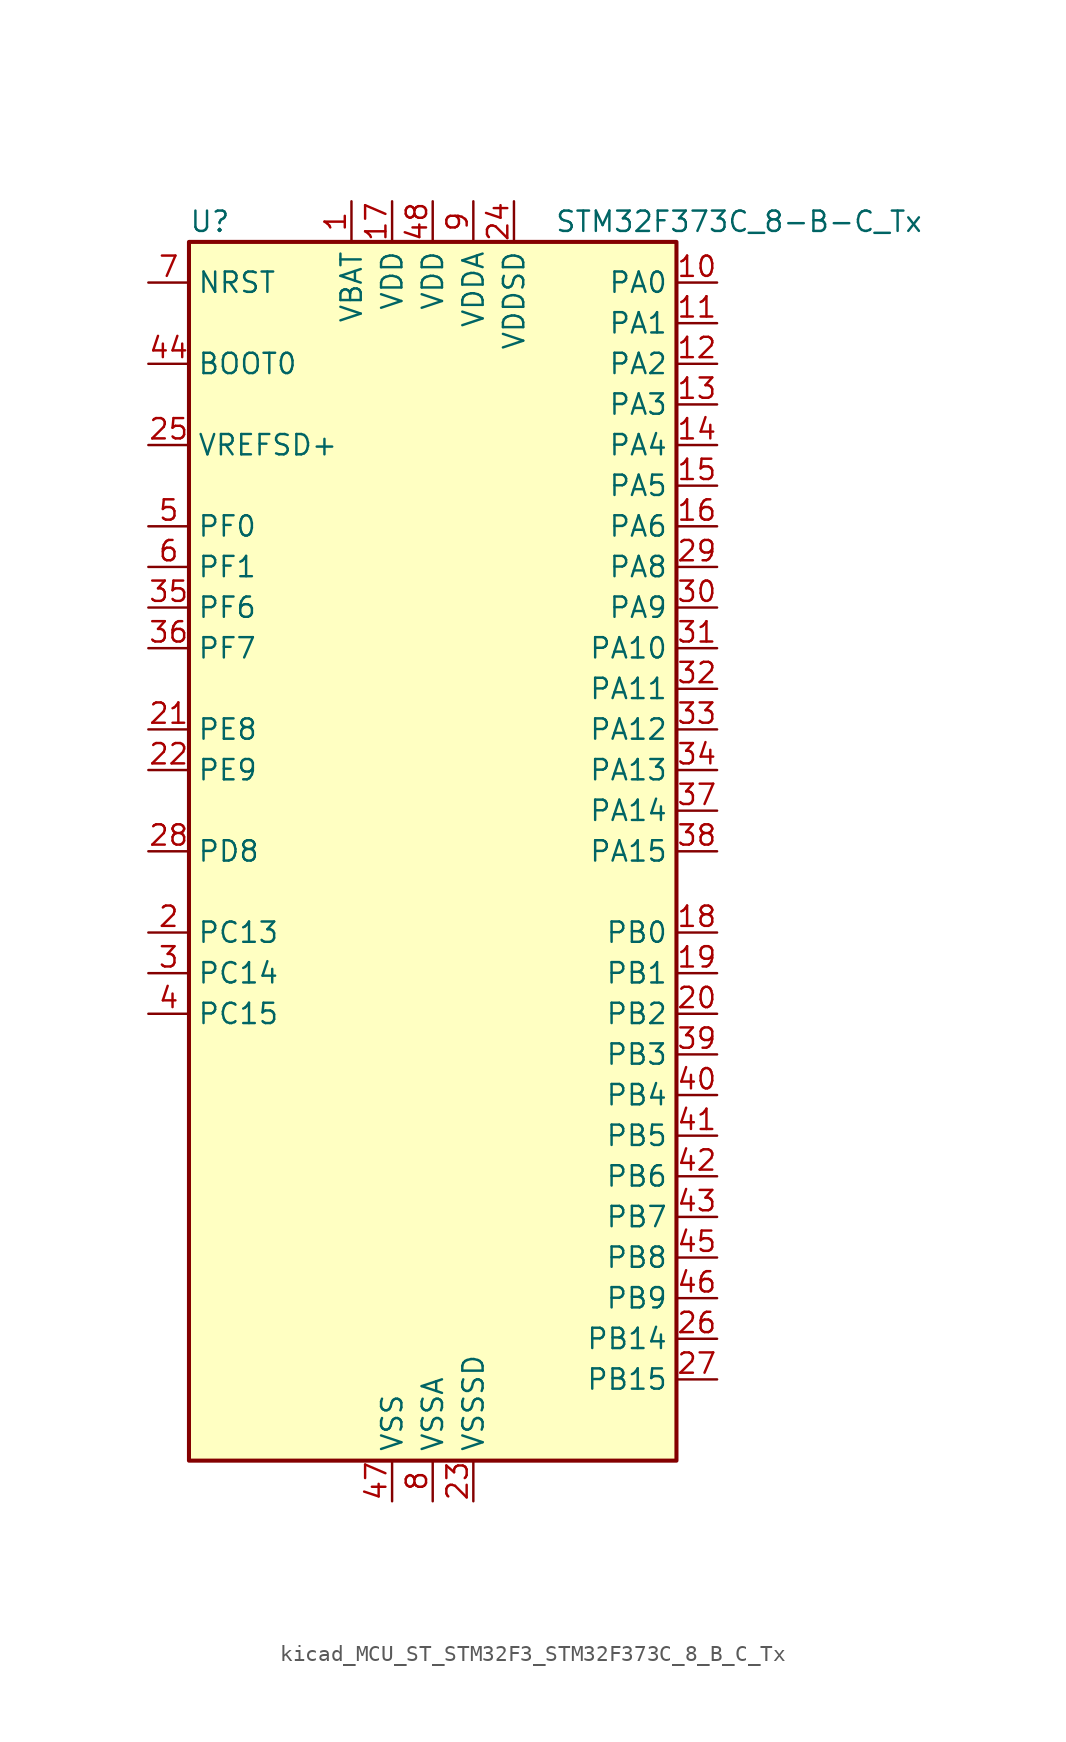
<source format=kicad_sym>
(kicad_symbol_lib
  (version 20220914)
  (generator kicad_symbol_editor)
  (symbol "kicad_MCU_ST_STM32F3_STM32F373C_8_B_C_Tx"
    (property "Reference" "U"
      (at -15.24 39.37 0)
      (effects (font (size 1.27 1.27)) (justify left)))
    (property "Value" "STM32F373C_8-B-C_Tx"
      (at 7.62 39.37 0)
      (effects (font (size 1.27 1.27)) (justify left)))
    (property "ki_locked" ""
      (at 0 0 0)
      (effects (font (size 1.27 1.27))))
    (symbol "kicad_MCU_ST_STM32F3_STM32F373C_8_B_C_Tx_0_1"
      (rectangle (start -15.24 -38.1) (end 15.24 38.1) (stroke (width 0.254) (type default)) (fill (type background))))
    (symbol "kicad_MCU_ST_STM32F3_STM32F373C_8_B_C_Tx_1_1"
      (pin power_in line (at -5.08 40.64 270) (length 2.54) (name "VBAT" (effects (font (size 1.27 1.27)))) (number "1" (effects (font (size 1.27 1.27)))))
      (pin bidirectional line (at 17.78 35.56 180) (length 2.54) (name "PA0" (effects (font (size 1.27 1.27)))) (number "10" (effects (font (size 1.27 1.27)))) (alternate "ADC1_IN0" bidirectional line) (alternate "COMP1_INM" bidirectional line) (alternate "COMP1_OUT" bidirectional line) (alternate "RTC_TAMP2" bidirectional line) (alternate "SYS_WKUP1" bidirectional line) (alternate "TIM19_CH1" bidirectional line) (alternate "TIM2_CH1" bidirectional line) (alternate "TIM2_ETR" bidirectional line) (alternate "TIM5_CH1" bidirectional line) (alternate "TIM5_ETR" bidirectional line) (alternate "TSC_G1_IO1" bidirectional line) (alternate "USART2_CTS" bidirectional line))
      (pin bidirectional line (at 17.78 33.02 180) (length 2.54) (name "PA1" (effects (font (size 1.27 1.27)))) (number "11" (effects (font (size 1.27 1.27)))) (alternate "ADC1_IN1" bidirectional line) (alternate "COMP1_INP" bidirectional line) (alternate "I2S3_CK" bidirectional line) (alternate "RTC_REFIN" bidirectional line) (alternate "SPI3_SCK" bidirectional line) (alternate "TIM15_CH1N" bidirectional line) (alternate "TIM19_CH2" bidirectional line) (alternate "TIM2_CH2" bidirectional line) (alternate "TIM5_CH2" bidirectional line) (alternate "TSC_G1_IO2" bidirectional line) (alternate "USART2_DE" bidirectional line) (alternate "USART2_RTS" bidirectional line))
      (pin bidirectional line (at 17.78 30.48 180) (length 2.54) (name "PA2" (effects (font (size 1.27 1.27)))) (number "12" (effects (font (size 1.27 1.27)))) (alternate "ADC1_IN2" bidirectional line) (alternate "COMP2_INM" bidirectional line) (alternate "COMP2_OUT" bidirectional line) (alternate "I2S3_MCK" bidirectional line) (alternate "SPI3_MISO" bidirectional line) (alternate "TIM15_CH1" bidirectional line) (alternate "TIM19_CH3" bidirectional line) (alternate "TIM2_CH3" bidirectional line) (alternate "TIM5_CH3" bidirectional line) (alternate "TSC_G1_IO3" bidirectional line) (alternate "USART2_TX" bidirectional line))
      (pin bidirectional line (at 17.78 27.94 180) (length 2.54) (name "PA3" (effects (font (size 1.27 1.27)))) (number "13" (effects (font (size 1.27 1.27)))) (alternate "ADC1_IN3" bidirectional line) (alternate "COMP2_INP" bidirectional line) (alternate "I2S3_SD" bidirectional line) (alternate "SPI3_MOSI" bidirectional line) (alternate "TIM15_CH2" bidirectional line) (alternate "TIM19_CH4" bidirectional line) (alternate "TIM2_CH4" bidirectional line) (alternate "TIM5_CH4" bidirectional line) (alternate "TSC_G1_IO4" bidirectional line) (alternate "USART2_RX" bidirectional line))
      (pin bidirectional line (at 17.78 25.4 180) (length 2.54) (name "PA4" (effects (font (size 1.27 1.27)))) (number "14" (effects (font (size 1.27 1.27)))) (alternate "ADC1_IN4" bidirectional line) (alternate "DAC1_OUT1" bidirectional line) (alternate "I2S1_WS" bidirectional line) (alternate "I2S3_WS" bidirectional line) (alternate "SPI1_NSS" bidirectional line) (alternate "SPI3_NSS" bidirectional line) (alternate "TIM12_CH1" bidirectional line) (alternate "TIM3_CH2" bidirectional line) (alternate "TSC_G2_IO1" bidirectional line) (alternate "USART2_CK" bidirectional line))
      (pin bidirectional line (at 17.78 22.86 180) (length 2.54) (name "PA5" (effects (font (size 1.27 1.27)))) (number "15" (effects (font (size 1.27 1.27)))) (alternate "ADC1_IN5" bidirectional line) (alternate "CEC" bidirectional line) (alternate "DAC1_OUT2" bidirectional line) (alternate "I2S1_CK" bidirectional line) (alternate "SPI1_SCK" bidirectional line) (alternate "TIM12_CH2" bidirectional line) (alternate "TIM14_CH1" bidirectional line) (alternate "TIM2_CH1" bidirectional line) (alternate "TIM2_ETR" bidirectional line) (alternate "TSC_G2_IO2" bidirectional line))
      (pin bidirectional line (at 17.78 20.32 180) (length 2.54) (name "PA6" (effects (font (size 1.27 1.27)))) (number "16" (effects (font (size 1.27 1.27)))) (alternate "ADC1_IN6" bidirectional line) (alternate "COMP1_OUT" bidirectional line) (alternate "DAC2_OUT1" bidirectional line) (alternate "I2S1_MCK" bidirectional line) (alternate "SPI1_MISO" bidirectional line) (alternate "TIM13_CH1" bidirectional line) (alternate "TIM16_CH1" bidirectional line) (alternate "TIM3_CH1" bidirectional line) (alternate "TSC_G2_IO3" bidirectional line))
      (pin power_in line (at -2.54 40.64 270) (length 2.54) (name "VDD" (effects (font (size 1.27 1.27)))) (number "17" (effects (font (size 1.27 1.27)))))
      (pin bidirectional line (at 17.78 -5.08 180) (length 2.54) (name "PB0" (effects (font (size 1.27 1.27)))) (number "18" (effects (font (size 1.27 1.27)))) (alternate "ADC1_IN8" bidirectional line) (alternate "I2S1_SD" bidirectional line) (alternate "SDADC1_AIN6P" bidirectional line) (alternate "SPI1_MOSI" bidirectional line) (alternate "TIM3_CH2" bidirectional line) (alternate "TIM3_CH3" bidirectional line) (alternate "TSC_G3_IO3" bidirectional line))
      (pin bidirectional line (at 17.78 -7.62 180) (length 2.54) (name "PB1" (effects (font (size 1.27 1.27)))) (number "19" (effects (font (size 1.27 1.27)))) (alternate "ADC1_IN9" bidirectional line) (alternate "SDADC1_AIN5P" bidirectional line) (alternate "SDADC1_AIN6M" bidirectional line) (alternate "TIM3_CH4" bidirectional line) (alternate "TSC_G3_IO4" bidirectional line))
      (pin bidirectional line (at -17.78 -5.08 0) (length 2.54) (name "PC13" (effects (font (size 1.27 1.27)))) (number "2" (effects (font (size 1.27 1.27)))) (alternate "RTC_OUT_ALARM" bidirectional line) (alternate "RTC_OUT_CALIB" bidirectional line) (alternate "RTC_TAMP1" bidirectional line) (alternate "RTC_TS" bidirectional line) (alternate "SYS_WKUP2" bidirectional line))
      (pin bidirectional line (at 17.78 -10.16 180) (length 2.54) (name "PB2" (effects (font (size 1.27 1.27)))) (number "20" (effects (font (size 1.27 1.27)))) (alternate "SDADC1_AIN4P" bidirectional line) (alternate "SDADC2_AIN6P" bidirectional line))
      (pin bidirectional line (at -17.78 7.62 0) (length 2.54) (name "PE8" (effects (font (size 1.27 1.27)))) (number "21" (effects (font (size 1.27 1.27)))) (alternate "SDADC1_AIN8P" bidirectional line) (alternate "SDADC2_AIN8P" bidirectional line))
      (pin bidirectional line (at -17.78 5.08 0) (length 2.54) (name "PE9" (effects (font (size 1.27 1.27)))) (number "22" (effects (font (size 1.27 1.27)))) (alternate "DAC1_EXTI9" bidirectional line) (alternate "DAC2_EXTI9" bidirectional line) (alternate "SDADC1_AIN7P" bidirectional line) (alternate "SDADC1_AIN8M" bidirectional line) (alternate "SDADC2_AIN7P" bidirectional line) (alternate "SDADC2_AIN8M" bidirectional line))
      (pin power_in line (at 2.54 -40.64 90) (length 2.54) (name "VSSSD" (effects (font (size 1.27 1.27)))) (number "23" (effects (font (size 1.27 1.27)))))
      (pin power_in line (at 5.08 40.64 270) (length 2.54) (name "VDDSD" (effects (font (size 1.27 1.27)))) (number "24" (effects (font (size 1.27 1.27)))))
      (pin input line (at -17.78 25.4 0) (length 2.54) (name "VREFSD+" (effects (font (size 1.27 1.27)))) (number "25" (effects (font (size 1.27 1.27)))))
      (pin bidirectional line (at 17.78 -30.48 180) (length 2.54) (name "PB14" (effects (font (size 1.27 1.27)))) (number "26" (effects (font (size 1.27 1.27)))) (alternate "I2S2_MCK" bidirectional line) (alternate "SDADC3_AIN8P" bidirectional line) (alternate "SPI2_MISO" bidirectional line) (alternate "TIM12_CH1" bidirectional line) (alternate "TIM15_CH1" bidirectional line) (alternate "TSC_G6_IO1" bidirectional line) (alternate "USART3_DE" bidirectional line) (alternate "USART3_RTS" bidirectional line))
      (pin bidirectional line (at 17.78 -33.02 180) (length 2.54) (name "PB15" (effects (font (size 1.27 1.27)))) (number "27" (effects (font (size 1.27 1.27)))) (alternate "ADC1_EXTI15" bidirectional line) (alternate "I2S2_SD" bidirectional line) (alternate "RTC_REFIN" bidirectional line) (alternate "SDADC1_EXTI15" bidirectional line) (alternate "SDADC2_EXTI15" bidirectional line) (alternate "SDADC3_AIN7P" bidirectional line) (alternate "SDADC3_AIN8M" bidirectional line) (alternate "SDADC3_EXTI15" bidirectional line) (alternate "SPI2_MOSI" bidirectional line) (alternate "TIM12_CH2" bidirectional line) (alternate "TIM15_CH1N" bidirectional line) (alternate "TIM15_CH2" bidirectional line) (alternate "TSC_G6_IO2" bidirectional line))
      (pin bidirectional line (at -17.78 0 0) (length 2.54) (name "PD8" (effects (font (size 1.27 1.27)))) (number "28" (effects (font (size 1.27 1.27)))) (alternate "I2S2_CK" bidirectional line) (alternate "SDADC3_AIN6P" bidirectional line) (alternate "SPI2_SCK" bidirectional line) (alternate "TSC_G6_IO3" bidirectional line) (alternate "USART3_TX" bidirectional line))
      (pin bidirectional line (at 17.78 17.78 180) (length 2.54) (name "PA8" (effects (font (size 1.27 1.27)))) (number "29" (effects (font (size 1.27 1.27)))) (alternate "I2C2_SMBA" bidirectional line) (alternate "I2S2_CK" bidirectional line) (alternate "RCC_MCO" bidirectional line) (alternate "SPI2_SCK" bidirectional line) (alternate "TIM4_ETR" bidirectional line) (alternate "TIM5_CH1" bidirectional line) (alternate "TIM5_ETR" bidirectional line) (alternate "USART1_CK" bidirectional line))
      (pin bidirectional line (at -17.78 -7.62 0) (length 2.54) (name "PC14" (effects (font (size 1.27 1.27)))) (number "3" (effects (font (size 1.27 1.27)))) (alternate "RCC_OSC32_IN" bidirectional line))
      (pin bidirectional line (at 17.78 15.24 180) (length 2.54) (name "PA9" (effects (font (size 1.27 1.27)))) (number "30" (effects (font (size 1.27 1.27)))) (alternate "DAC1_EXTI9" bidirectional line) (alternate "DAC2_EXTI9" bidirectional line) (alternate "I2C2_SCL" bidirectional line) (alternate "I2S2_MCK" bidirectional line) (alternate "SPI2_MISO" bidirectional line) (alternate "TIM13_CH1" bidirectional line) (alternate "TIM15_BKIN" bidirectional line) (alternate "TIM2_CH3" bidirectional line) (alternate "TSC_G4_IO1" bidirectional line) (alternate "USART1_TX" bidirectional line))
      (pin bidirectional line (at 17.78 12.7 180) (length 2.54) (name "PA10" (effects (font (size 1.27 1.27)))) (number "31" (effects (font (size 1.27 1.27)))) (alternate "I2C2_SDA" bidirectional line) (alternate "I2S2_SD" bidirectional line) (alternate "SPI2_MOSI" bidirectional line) (alternate "TIM14_CH1" bidirectional line) (alternate "TIM17_BKIN" bidirectional line) (alternate "TIM2_CH4" bidirectional line) (alternate "TSC_G4_IO2" bidirectional line) (alternate "USART1_RX" bidirectional line))
      (pin bidirectional line (at 17.78 10.16 180) (length 2.54) (name "PA11" (effects (font (size 1.27 1.27)))) (number "32" (effects (font (size 1.27 1.27)))) (alternate "ADC1_EXTI11" bidirectional line) (alternate "CAN_RX" bidirectional line) (alternate "COMP1_OUT" bidirectional line) (alternate "I2S1_WS" bidirectional line) (alternate "I2S2_WS" bidirectional line) (alternate "SDADC1_EXTI11" bidirectional line) (alternate "SDADC2_EXTI11" bidirectional line) (alternate "SDADC3_EXTI11" bidirectional line) (alternate "SPI1_NSS" bidirectional line) (alternate "SPI2_NSS" bidirectional line) (alternate "TIM4_CH1" bidirectional line) (alternate "TIM5_CH2" bidirectional line) (alternate "USART1_CTS" bidirectional line) (alternate "USB_DM" bidirectional line))
      (pin bidirectional line (at 17.78 7.62 180) (length 2.54) (name "PA12" (effects (font (size 1.27 1.27)))) (number "33" (effects (font (size 1.27 1.27)))) (alternate "CAN_TX" bidirectional line) (alternate "COMP2_OUT" bidirectional line) (alternate "I2S1_CK" bidirectional line) (alternate "SPI1_SCK" bidirectional line) (alternate "TIM16_CH1" bidirectional line) (alternate "TIM4_CH2" bidirectional line) (alternate "TIM5_CH3" bidirectional line) (alternate "USART1_DE" bidirectional line) (alternate "USART1_RTS" bidirectional line) (alternate "USB_DP" bidirectional line))
      (pin bidirectional line (at 17.78 5.08 180) (length 2.54) (name "PA13" (effects (font (size 1.27 1.27)))) (number "34" (effects (font (size 1.27 1.27)))) (alternate "I2S1_MCK" bidirectional line) (alternate "IR_OUT" bidirectional line) (alternate "SPI1_MISO" bidirectional line) (alternate "SYS_JTMS-SWDIO" bidirectional line) (alternate "TIM16_CH1N" bidirectional line) (alternate "TIM4_CH3" bidirectional line) (alternate "TIM5_CH4" bidirectional line) (alternate "TSC_G4_IO3" bidirectional line) (alternate "USART3_CTS" bidirectional line))
      (pin bidirectional line (at -17.78 15.24 0) (length 2.54) (name "PF6" (effects (font (size 1.27 1.27)))) (number "35" (effects (font (size 1.27 1.27)))) (alternate "I2C2_SCL" bidirectional line) (alternate "I2S1_SD" bidirectional line) (alternate "SPI1_MOSI" bidirectional line) (alternate "TIM4_CH4" bidirectional line) (alternate "USART3_DE" bidirectional line) (alternate "USART3_RTS" bidirectional line))
      (pin bidirectional line (at -17.78 12.7 0) (length 2.54) (name "PF7" (effects (font (size 1.27 1.27)))) (number "36" (effects (font (size 1.27 1.27)))) (alternate "I2C2_SDA" bidirectional line) (alternate "USART2_CK" bidirectional line))
      (pin bidirectional line (at 17.78 2.54 180) (length 2.54) (name "PA14" (effects (font (size 1.27 1.27)))) (number "37" (effects (font (size 1.27 1.27)))) (alternate "I2C1_SDA" bidirectional line) (alternate "SYS_JTCK-SWCLK" bidirectional line) (alternate "TIM12_CH1" bidirectional line) (alternate "TSC_G4_IO4" bidirectional line))
      (pin bidirectional line (at 17.78 0 180) (length 2.54) (name "PA15" (effects (font (size 1.27 1.27)))) (number "38" (effects (font (size 1.27 1.27)))) (alternate "ADC1_EXTI15" bidirectional line) (alternate "I2C1_SCL" bidirectional line) (alternate "I2S1_WS" bidirectional line) (alternate "I2S3_WS" bidirectional line) (alternate "SDADC1_EXTI15" bidirectional line) (alternate "SDADC2_EXTI15" bidirectional line) (alternate "SDADC3_EXTI15" bidirectional line) (alternate "SPI1_NSS" bidirectional line) (alternate "SPI3_NSS" bidirectional line) (alternate "SYS_JTDI" bidirectional line) (alternate "TIM12_CH2" bidirectional line) (alternate "TIM2_CH1" bidirectional line) (alternate "TIM2_ETR" bidirectional line) (alternate "TSC_SYNC" bidirectional line))
      (pin bidirectional line (at 17.78 -12.7 180) (length 2.54) (name "PB3" (effects (font (size 1.27 1.27)))) (number "39" (effects (font (size 1.27 1.27)))) (alternate "I2S1_CK" bidirectional line) (alternate "I2S3_CK" bidirectional line) (alternate "SPI1_SCK" bidirectional line) (alternate "SPI3_SCK" bidirectional line) (alternate "SYS_JTDO-TRACESWO" bidirectional line) (alternate "TIM13_CH1" bidirectional line) (alternate "TIM2_CH2" bidirectional line) (alternate "TIM3_ETR" bidirectional line) (alternate "TIM4_ETR" bidirectional line) (alternate "TSC_G5_IO1" bidirectional line) (alternate "USART2_TX" bidirectional line))
      (pin bidirectional line (at -17.78 -10.16 0) (length 2.54) (name "PC15" (effects (font (size 1.27 1.27)))) (number "4" (effects (font (size 1.27 1.27)))) (alternate "ADC1_EXTI15" bidirectional line) (alternate "RCC_OSC32_OUT" bidirectional line) (alternate "SDADC1_EXTI15" bidirectional line) (alternate "SDADC2_EXTI15" bidirectional line) (alternate "SDADC3_EXTI15" bidirectional line))
      (pin bidirectional line (at 17.78 -15.24 180) (length 2.54) (name "PB4" (effects (font (size 1.27 1.27)))) (number "40" (effects (font (size 1.27 1.27)))) (alternate "I2S1_MCK" bidirectional line) (alternate "I2S3_MCK" bidirectional line) (alternate "SPI1_MISO" bidirectional line) (alternate "SPI3_MISO" bidirectional line) (alternate "SYS_NJTRST" bidirectional line) (alternate "TIM15_CH1N" bidirectional line) (alternate "TIM16_CH1" bidirectional line) (alternate "TIM17_BKIN" bidirectional line) (alternate "TIM3_CH1" bidirectional line) (alternate "TSC_G5_IO2" bidirectional line) (alternate "USART2_RX" bidirectional line))
      (pin bidirectional line (at 17.78 -17.78 180) (length 2.54) (name "PB5" (effects (font (size 1.27 1.27)))) (number "41" (effects (font (size 1.27 1.27)))) (alternate "I2C1_SMBA" bidirectional line) (alternate "I2S1_SD" bidirectional line) (alternate "I2S3_SD" bidirectional line) (alternate "SPI1_MOSI" bidirectional line) (alternate "SPI3_MOSI" bidirectional line) (alternate "TIM16_BKIN" bidirectional line) (alternate "TIM17_CH1" bidirectional line) (alternate "TIM19_ETR" bidirectional line) (alternate "TIM3_CH2" bidirectional line) (alternate "USART2_CK" bidirectional line))
      (pin bidirectional line (at 17.78 -20.32 180) (length 2.54) (name "PB6" (effects (font (size 1.27 1.27)))) (number "42" (effects (font (size 1.27 1.27)))) (alternate "I2C1_SCL" bidirectional line) (alternate "TIM15_CH1" bidirectional line) (alternate "TIM16_CH1N" bidirectional line) (alternate "TIM19_CH1" bidirectional line) (alternate "TIM3_CH3" bidirectional line) (alternate "TIM4_CH1" bidirectional line) (alternate "TSC_G5_IO3" bidirectional line) (alternate "USART1_TX" bidirectional line))
      (pin bidirectional line (at 17.78 -22.86 180) (length 2.54) (name "PB7" (effects (font (size 1.27 1.27)))) (number "43" (effects (font (size 1.27 1.27)))) (alternate "I2C1_SDA" bidirectional line) (alternate "TIM15_CH2" bidirectional line) (alternate "TIM17_CH1N" bidirectional line) (alternate "TIM19_CH2" bidirectional line) (alternate "TIM3_CH4" bidirectional line) (alternate "TIM4_CH2" bidirectional line) (alternate "TSC_G5_IO4" bidirectional line) (alternate "USART1_RX" bidirectional line))
      (pin input line (at -17.78 30.48 0) (length 2.54) (name "BOOT0" (effects (font (size 1.27 1.27)))) (number "44" (effects (font (size 1.27 1.27)))))
      (pin bidirectional line (at 17.78 -25.4 180) (length 2.54) (name "PB8" (effects (font (size 1.27 1.27)))) (number "45" (effects (font (size 1.27 1.27)))) (alternate "CAN_RX" bidirectional line) (alternate "CEC" bidirectional line) (alternate "COMP1_OUT" bidirectional line) (alternate "I2C1_SCL" bidirectional line) (alternate "I2S2_CK" bidirectional line) (alternate "SPI2_SCK" bidirectional line) (alternate "TIM16_CH1" bidirectional line) (alternate "TIM19_CH3" bidirectional line) (alternate "TIM4_CH3" bidirectional line) (alternate "TSC_SYNC" bidirectional line) (alternate "USART3_TX" bidirectional line))
      (pin bidirectional line (at 17.78 -27.94 180) (length 2.54) (name "PB9" (effects (font (size 1.27 1.27)))) (number "46" (effects (font (size 1.27 1.27)))) (alternate "CAN_TX" bidirectional line) (alternate "COMP2_OUT" bidirectional line) (alternate "DAC1_EXTI9" bidirectional line) (alternate "DAC2_EXTI9" bidirectional line) (alternate "I2C1_SDA" bidirectional line) (alternate "I2S2_WS" bidirectional line) (alternate "IR_OUT" bidirectional line) (alternate "SPI2_NSS" bidirectional line) (alternate "TIM17_CH1" bidirectional line) (alternate "TIM19_CH4" bidirectional line) (alternate "TIM4_CH4" bidirectional line) (alternate "USART3_RX" bidirectional line))
      (pin power_in line (at -2.54 -40.64 90) (length 2.54) (name "VSS" (effects (font (size 1.27 1.27)))) (number "47" (effects (font (size 1.27 1.27)))))
      (pin power_in line (at 0 40.64 270) (length 2.54) (name "VDD" (effects (font (size 1.27 1.27)))) (number "48" (effects (font (size 1.27 1.27)))))
      (pin bidirectional line (at -17.78 20.32 0) (length 2.54) (name "PF0" (effects (font (size 1.27 1.27)))) (number "5" (effects (font (size 1.27 1.27)))) (alternate "I2C2_SDA" bidirectional line) (alternate "RCC_OSC_IN" bidirectional line))
      (pin bidirectional line (at -17.78 17.78 0) (length 2.54) (name "PF1" (effects (font (size 1.27 1.27)))) (number "6" (effects (font (size 1.27 1.27)))) (alternate "I2C2_SCL" bidirectional line) (alternate "RCC_OSC_OUT" bidirectional line))
      (pin input line (at -17.78 35.56 0) (length 2.54) (name "NRST" (effects (font (size 1.27 1.27)))) (number "7" (effects (font (size 1.27 1.27)))))
      (pin power_in line (at 0 -40.64 90) (length 2.54) (name "VSSA" (effects (font (size 1.27 1.27)))) (number "8" (effects (font (size 1.27 1.27)))))
      (pin power_in line (at 2.54 40.64 270) (length 2.54) (name "VDDA" (effects (font (size 1.27 1.27)))) (number "9" (effects (font (size 1.27 1.27))))))))
</source>
